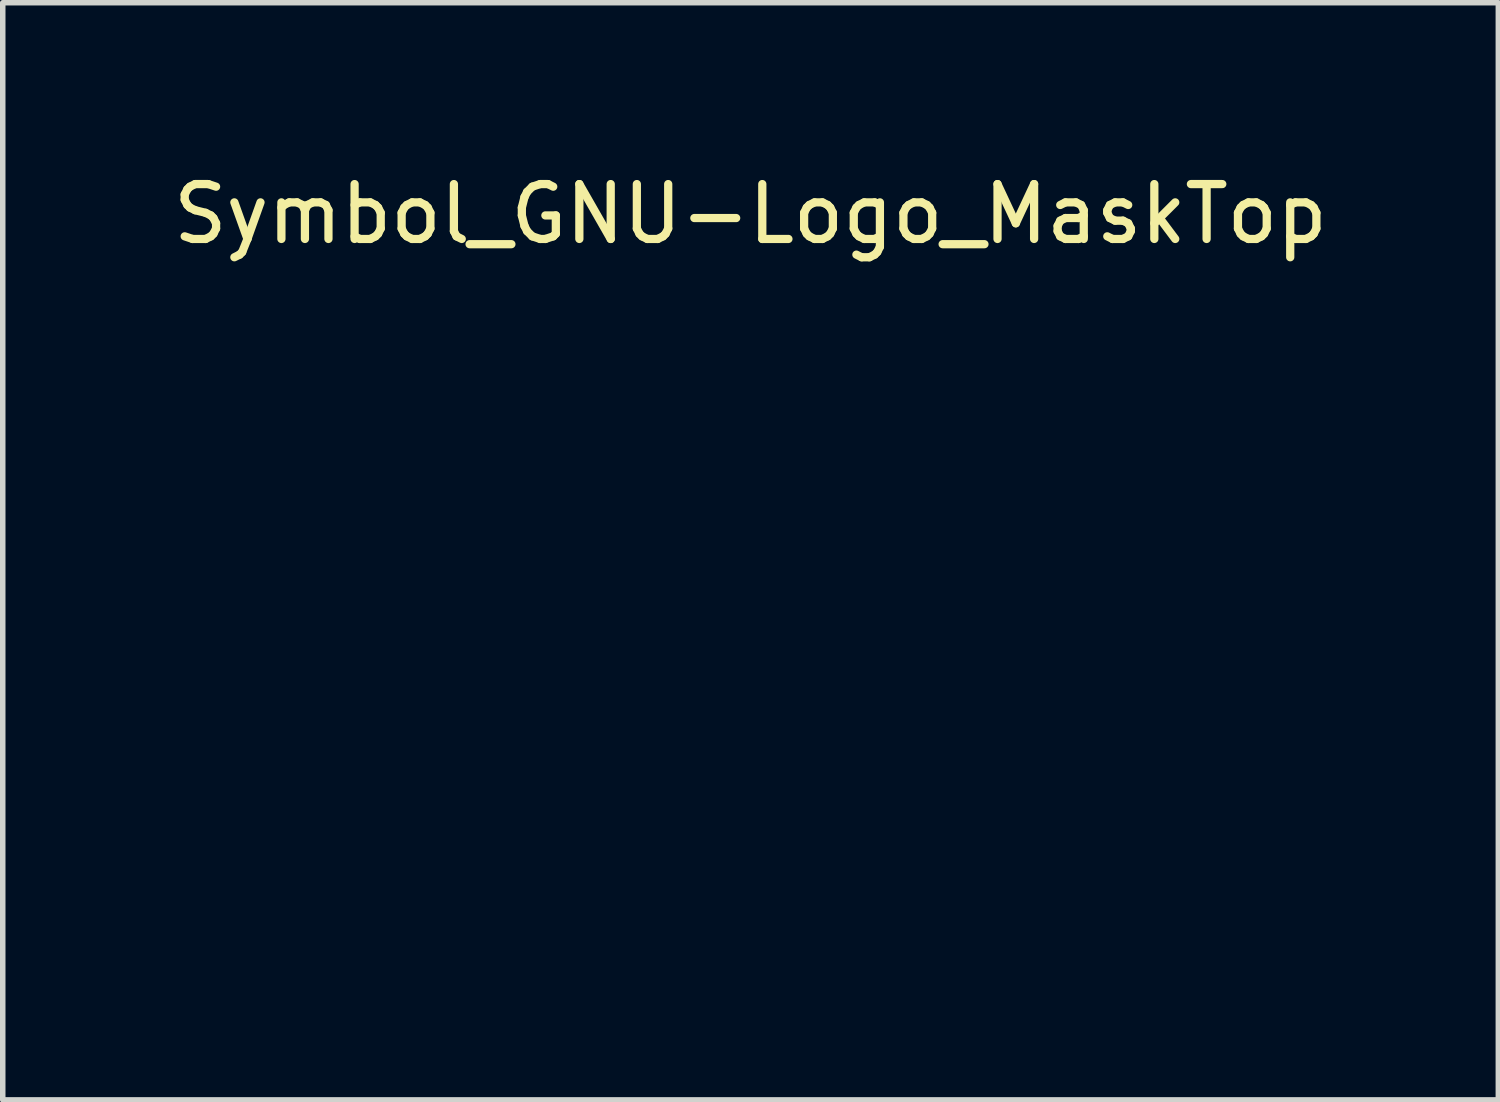
<source format=kicad_pcb>
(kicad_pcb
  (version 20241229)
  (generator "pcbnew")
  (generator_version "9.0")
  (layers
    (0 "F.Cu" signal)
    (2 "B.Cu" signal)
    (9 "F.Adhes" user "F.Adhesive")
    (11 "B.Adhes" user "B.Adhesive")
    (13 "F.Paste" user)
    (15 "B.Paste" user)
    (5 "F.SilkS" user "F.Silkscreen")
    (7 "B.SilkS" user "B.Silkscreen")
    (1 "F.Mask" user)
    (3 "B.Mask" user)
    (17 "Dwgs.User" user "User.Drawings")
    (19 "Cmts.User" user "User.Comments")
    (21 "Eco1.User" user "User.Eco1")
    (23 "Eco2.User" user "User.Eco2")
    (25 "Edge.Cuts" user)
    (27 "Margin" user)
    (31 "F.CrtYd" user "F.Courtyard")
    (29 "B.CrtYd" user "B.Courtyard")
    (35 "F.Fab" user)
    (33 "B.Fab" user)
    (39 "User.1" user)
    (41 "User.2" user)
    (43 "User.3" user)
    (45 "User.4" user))
  (footprint "Symbol_GNU-Logo_MaskTop"
    (layer "F.Cu")
    (at 10.625 6.899)
    (property "Reference" "Symbol_GNU-Logo_MaskTop" (at 0 -6.05 0) (layer "F.SilkS") (effects (font (size 1 1) (thickness 0.15))))
    (attr through_hole)
    (fp_line (start -6.401 5.85) (end -6.401 6.299) (stroke (width 0.381) (type solid)) (layer "F.Mask"))
    (fp_line (start -6.401 6.299) (end -6.251 6.701) (stroke (width 0.381) (type solid)) (layer "F.Mask"))
    (fp_line (start -6.251 6.701) (end -5.951 6.85) (stroke (width 0.381) (type solid)) (layer "F.Mask"))
    (fp_line (start -6.2 5.451) (end -6.401 5.85) (stroke (width 0.381) (type solid)) (layer "F.Mask"))
    (fp_line (start -5.951 6.85) (end -5.55 6.85) (stroke (width 0.381) (type solid)) (layer "F.Mask"))
    (fp_line (start -5.751 5.301) (end -6.2 5.451) (stroke (width 0.381) (type solid)) (layer "F.Mask"))
    (fp_line (start -5.55 5.4) (end -5.751 5.301) (stroke (width 0.381) (type solid)) (layer "F.Mask"))
    (fp_line (start -5.55 6.85) (end -5.499 6.299) (stroke (width 0.381) (type solid)) (layer "F.Mask"))
    (fp_line (start -5.499 6.299) (end -5.751 6.2) (stroke (width 0.381) (type solid)) (layer "F.Mask"))
    (fp_line (start -4.801 5.349) (end -3.95 6.85) (stroke (width 0.381) (type solid)) (layer "F.Mask"))
    (fp_line (start -4.801 6.901) (end -4.801 5.349) (stroke (width 0.381) (type solid)) (layer "F.Mask"))
    (fp_line (start -4.75 -1.651) (end -4.45 -0.749) (stroke (width 0.381) (type solid)) (layer "F.Mask"))
    (fp_line (start -4.699 -1.801) (end -3.401 -2.149) (stroke (width 0.381) (type solid)) (layer "F.Mask"))
    (fp_line (start -4.651 -2.349) (end -4.75 -1.651) (stroke (width 0.381) (type solid)) (layer "F.Mask"))
    (fp_line (start -4.6 -1.349) (end -4.699 -1.801) (stroke (width 0.381) (type solid)) (layer "F.Mask"))
    (fp_line (start -4.549 -2.4) (end -3.299 -2.799) (stroke (width 0.381) (type solid)) (layer "F.Mask"))
    (fp_line (start -4.45 -0.749) (end -3.899 -0.249) (stroke (width 0.381) (type solid)) (layer "F.Mask"))
    (fp_line (start -4.249 -0.701) (end -3.551 -1.999) (stroke (width 0.381) (type solid)) (layer "F.Mask"))
    (fp_line (start -4.201 -3.15) (end -4.651 -2.349) (stroke (width 0.381) (type solid)) (layer "F.Mask"))
    (fp_line (start -3.95 6.85) (end -3.95 5.349) (stroke (width 0.381) (type solid)) (layer "F.Mask"))
    (fp_line (start -3.899 -0.249) (end -3.251 0) (stroke (width 0.381) (type solid)) (layer "F.Mask"))
    (fp_line (start -3.8 -3.299) (end -2.751 -3.051) (stroke (width 0.381) (type solid)) (layer "F.Mask"))
    (fp_line (start -3.749 -0.351) (end -3.299 -1.501) (stroke (width 0.381) (type solid)) (layer "F.Mask"))
    (fp_line (start -3.599 -3.551) (end -4.201 -3.15) (stroke (width 0.381) (type solid)) (layer "F.Mask"))
    (fp_line (start -3.551 -1.999) (end -4.6 -1.349) (stroke (width 0.381) (type solid)) (layer "F.Mask"))
    (fp_line (start -3.5 1.1) (end -2.101 0.551) (stroke (width 0.381) (type solid)) (layer "F.Mask"))
    (fp_line (start -3.449 -1.951) (end -3.35 -2.601) (stroke (width 0.381) (type solid)) (layer "F.Mask"))
    (fp_line (start -3.401 -2.149) (end -4.549 -2.4) (stroke (width 0.381) (type solid)) (layer "F.Mask"))
    (fp_line (start -3.35 -2.601) (end -3.051 -2.85) (stroke (width 0.381) (type solid)) (layer "F.Mask"))
    (fp_line (start -3.299 -2.799) (end -3.8 -3.299) (stroke (width 0.381) (type solid)) (layer "F.Mask"))
    (fp_line (start -3.299 -1.501) (end -4.249 -0.701) (stroke (width 0.381) (type solid)) (layer "F.Mask"))
    (fp_line (start -3.251 -3.701) (end -3.599 -3.551) (stroke (width 0.381) (type solid)) (layer "F.Mask"))
    (fp_line (start -3.251 -1.45) (end -3.449 -1.951) (stroke (width 0.381) (type solid)) (layer "F.Mask"))
    (fp_line (start -3.251 0) (end -2.499 -1.199) (stroke (width 0.381) (type solid)) (layer "F.Mask"))
    (fp_line (start -3.251 5.349) (end -3.251 6.5) (stroke (width 0.381) (type solid)) (layer "F.Mask"))
    (fp_line (start -3.251 6.5) (end -3.099 6.749) (stroke (width 0.381) (type solid)) (layer "F.Mask"))
    (fp_line (start -3.099 6.749) (end -2.751 6.901) (stroke (width 0.381) (type solid)) (layer "F.Mask"))
    (fp_line (start -3.051 -2.85) (end -2.601 -3) (stroke (width 0.381) (type solid)) (layer "F.Mask"))
    (fp_line (start -3 -0.249) (end -3 0.351) (stroke (width 0.381) (type solid)) (layer "F.Mask"))
    (fp_line (start -3 0.351) (end -3.5 1.1) (stroke (width 0.381) (type solid)) (layer "F.Mask"))
    (fp_line (start -2.85 -3.749) (end -3.251 -3.701) (stroke (width 0.381) (type solid)) (layer "F.Mask"))
    (fp_line (start -2.799 -3.701) (end -1.699 -3.2) (stroke (width 0.381) (type solid)) (layer "F.Mask"))
    (fp_line (start -2.799 -1.3) (end -3.251 -1.45) (stroke (width 0.381) (type solid)) (layer "F.Mask"))
    (fp_line (start -2.751 -3.051) (end -2.799 -3.701) (stroke (width 0.381) (type solid)) (layer "F.Mask"))
    (fp_line (start -2.751 -1.151) (end -3.749 -0.351) (stroke (width 0.381) (type solid)) (layer "F.Mask"))
    (fp_line (start -2.751 1.349) (end -2.751 0.851) (stroke (width 0.381) (type solid)) (layer "F.Mask"))
    (fp_line (start -2.751 1.849) (end -2.751 1.349) (stroke (width 0.381) (type solid)) (layer "F.Mask"))
    (fp_line (start -2.751 6.901) (end -2.451 6.749) (stroke (width 0.381) (type solid)) (layer "F.Mask"))
    (fp_line (start -2.7 2.25) (end -2.751 1.849) (stroke (width 0.381) (type solid)) (layer "F.Mask"))
    (fp_line (start -2.649 2.649) (end -2.7 2.25) (stroke (width 0.381) (type solid)) (layer "F.Mask"))
    (fp_line (start -2.601 -3) (end -1.951 -3.15) (stroke (width 0.381) (type solid)) (layer "F.Mask"))
    (fp_line (start -2.55 3.051) (end -2.649 2.649) (stroke (width 0.381) (type solid)) (layer "F.Mask"))
    (fp_line (start -2.499 -1.199) (end -1.801 -1.849) (stroke (width 0.381) (type solid)) (layer "F.Mask"))
    (fp_line (start -2.499 3.35) (end -2.55 3.051) (stroke (width 0.381) (type solid)) (layer "F.Mask"))
    (fp_line (start -2.451 -1.699) (end -2.799 -1.3) (stroke (width 0.381) (type solid)) (layer "F.Mask"))
    (fp_line (start -2.451 6.749) (end -2.349 6.449) (stroke (width 0.381) (type solid)) (layer "F.Mask"))
    (fp_line (start -2.349 6.449) (end -2.349 5.349) (stroke (width 0.381) (type solid)) (layer "F.Mask"))
    (fp_line (start -2.25 3.599) (end -2.499 3.35) (stroke (width 0.381) (type solid)) (layer "F.Mask"))
    (fp_line (start -2.2 0.851) (end -1.9 1.3) (stroke (width 0.381) (type solid)) (layer "F.Mask"))
    (fp_line (start -2.101 0.551) (end -1.6 0.201) (stroke (width 0.381) (type solid)) (layer "F.Mask"))
    (fp_line (start -2.101 3.8) (end -2.25 3.599) (stroke (width 0.381) (type solid)) (layer "F.Mask"))
    (fp_line (start -2.05 -1.549) (end -1.549 -1.849) (stroke (width 0.381) (type solid)) (layer "F.Mask"))
    (fp_line (start -1.999 -2.149) (end -2.451 -1.699) (stroke (width 0.381) (type solid)) (layer "F.Mask"))
    (fp_line (start -1.999 1.75) (end -1.549 2.05) (stroke (width 0.381) (type solid)) (layer "F.Mask"))
    (fp_line (start -1.951 -3.15) (end -1.6 -3.099) (stroke (width 0.381) (type solid)) (layer "F.Mask"))
    (fp_line (start -1.9 -3.599) (end -2.85 -3.749) (stroke (width 0.381) (type solid)) (layer "F.Mask"))
    (fp_line (start -1.9 1.3) (end -1.999 1.75) (stroke (width 0.381) (type solid)) (layer "F.Mask"))
    (fp_line (start -1.849 4) (end -2.101 3.8) (stroke (width 0.381) (type solid)) (layer "F.Mask"))
    (fp_line (start -1.801 -1.849) (end -1.199 -2.301) (stroke (width 0.381) (type solid)) (layer "F.Mask"))
    (fp_line (start -1.75 2.7) (end -1.199 3.099) (stroke (width 0.381) (type solid)) (layer "F.Mask"))
    (fp_line (start -1.75 4) (end -1.549 3.95) (stroke (width 0.381) (type solid)) (layer "F.Mask"))
    (fp_line (start -1.6 -3.099) (end -1.049 -3.35) (stroke (width 0.381) (type solid)) (layer "F.Mask"))
    (fp_line (start -1.6 0.201) (end -1.45 -0.749) (stroke (width 0.381) (type solid)) (layer "F.Mask"))
    (fp_line (start -1.549 -1.849) (end -0.8 -2.2) (stroke (width 0.381) (type solid)) (layer "F.Mask"))
    (fp_line (start -1.549 2.05) (end -1.75 2.7) (stroke (width 0.381) (type solid)) (layer "F.Mask"))
    (fp_line (start -1.4 -2.55) (end -1.999 -2.149) (stroke (width 0.381) (type solid)) (layer "F.Mask"))
    (fp_line (start -1.4 3.8) (end -0.851 4.249) (stroke (width 0.381) (type solid)) (layer "F.Mask"))
    (fp_line (start -1.25 -3.551) (end -1.9 -3.599) (stroke (width 0.381) (type solid)) (layer "F.Mask"))
    (fp_line (start -1.199 -2.301) (end -0.65 -2.349) (stroke (width 0.381) (type solid)) (layer "F.Mask"))
    (fp_line (start -1.199 3.099) (end -1.4 3.8) (stroke (width 0.381) (type solid)) (layer "F.Mask"))
    (fp_line (start -1.049 -3.35) (end -0.851 -3.701) (stroke (width 0.381) (type solid)) (layer "F.Mask"))
    (fp_line (start -1.001 -0.45) (end -0.8 -0.201) (stroke (width 0.381) (type solid)) (layer "F.Mask"))
    (fp_line (start -1.001 5.151) (end -0.65 5.499) (stroke (width 0.381) (type solid)) (layer "F.Mask"))
    (fp_line (start -0.899 -2.601) (end -1.4 -2.55) (stroke (width 0.381) (type solid)) (layer "F.Mask"))
    (fp_line (start -0.899 4.351) (end -0.701 4.75) (stroke (width 0.381) (type solid)) (layer "F.Mask"))
    (fp_line (start -0.851 -3.701) (end -1.25 -3.551) (stroke (width 0.381) (type solid)) (layer "F.Mask"))
    (fp_line (start -0.851 1.1) (end -1.151 1.049) (stroke (width 0.381) (type solid)) (layer "F.Mask"))
    (fp_line (start -0.8 -2.2) (end -0.45 -2.2) (stroke (width 0.381) (type solid)) (layer "F.Mask"))
    (fp_line (start -0.8 -0.201) (end -0.399 -0.201) (stroke (width 0.381) (type solid)) (layer "F.Mask"))
    (fp_line (start -0.749 -0.701) (end -1.001 -0.45) (stroke (width 0.381) (type solid)) (layer "F.Mask"))
    (fp_line (start -0.701 1.349) (end -0.851 1.1) (stroke (width 0.381) (type solid)) (layer "F.Mask"))
    (fp_line (start -0.701 4.75) (end -0.599 5.05) (stroke (width 0.381) (type solid)) (layer "F.Mask"))
    (fp_line (start -0.701 5.799) (end -0.65 5.951) (stroke (width 0.381) (type solid)) (layer "F.Mask"))
    (fp_line (start -0.65 -2.349) (end -0.201 -2.149) (stroke (width 0.381) (type solid)) (layer "F.Mask"))
    (fp_line (start -0.65 5.499) (end -0.701 5.799) (stroke (width 0.381) (type solid)) (layer "F.Mask"))
    (fp_line (start -0.599 5.05) (end -1.001 5.151) (stroke (width 0.381) (type solid)) (layer "F.Mask"))
    (fp_line (start -0.599 5.999) (end -0.65 6.101) (stroke (width 0.381) (type solid)) (layer "F.Mask"))
    (fp_line (start -0.551 1.849) (end -0.701 1.349) (stroke (width 0.381) (type solid)) (layer "F.Mask"))
    (fp_line (start -0.399 -2.499) (end -0.899 -2.601) (stroke (width 0.381) (type solid)) (layer "F.Mask"))
    (fp_line (start -0.399 -0.201) (end 0 -0.399) (stroke (width 0.381) (type solid)) (layer "F.Mask"))
    (fp_line (start -0.351 2.2) (end -0.551 1.849) (stroke (width 0.381) (type solid)) (layer "F.Mask"))
    (fp_line (start -0.3 -0.599) (end -0.749 -0.701) (stroke (width 0.381) (type solid)) (layer "F.Mask"))
    (fp_line (start -0.3 4.1) (end -0.201 4.3) (stroke (width 0.381) (type solid)) (layer "F.Mask"))
    (fp_line (start -0.201 -2.149) (end 0.201 -2.05) (stroke (width 0.381) (type solid)) (layer "F.Mask"))
    (fp_line (start -0.201 2.4) (end -0.351 2.2) (stroke (width 0.381) (type solid)) (layer "F.Mask"))
    (fp_line (start -0.201 4.3) (end 0.051 4.501) (stroke (width 0.381) (type solid)) (layer "F.Mask"))
    (fp_line (start -0.15 3.701) (end -0.3 4.1) (stroke (width 0.381) (type solid)) (layer "F.Mask"))
    (fp_line (start -0.099 -2.349) (end -0.399 -2.499) (stroke (width 0.381) (type solid)) (layer "F.Mask"))
    (fp_line (start -0.099 0.399) (end -0.3 0.45) (stroke (width 0.381) (type solid)) (layer "F.Mask"))
    (fp_line (start 0 -1.549) (end 0.399 -1.699) (stroke (width 0.381) (type solid)) (layer "F.Mask"))
    (fp_line (start 0 -0.749) (end -0.851 -1.3) (stroke (width 0.381) (type solid)) (layer "F.Mask"))
    (fp_line (start 0.051 -0.45) (end -0.3 -0.599) (stroke (width 0.381) (type solid)) (layer "F.Mask"))
    (fp_line (start 0.051 0.95) (end 0.099 1.349) (stroke (width 0.381) (type solid)) (layer "F.Mask"))
    (fp_line (start 0.051 4.501) (end 0.201 4.699) (stroke (width 0.381) (type solid)) (layer "F.Mask"))
    (fp_line (start 0.099 -2.301) (end -0.099 -2.349) (stroke (width 0.381) (type solid)) (layer "F.Mask"))
    (fp_line (start 0.099 0.3) (end -0.099 0.399) (stroke (width 0.381) (type solid)) (layer "F.Mask"))
    (fp_line (start 0.099 1.349) (end 0.351 1.501) (stroke (width 0.381) (type solid)) (layer "F.Mask"))
    (fp_line (start 0.099 5.199) (end 0.15 5.751) (stroke (width 0.381) (type solid)) (layer "F.Mask"))
    (fp_line (start 0.15 5.001) (end 0.099 5.199) (stroke (width 0.381) (type solid)) (layer "F.Mask"))
    (fp_line (start 0.15 5.751) (end 0.351 5.951) (stroke (width 0.381) (type solid)) (layer "F.Mask"))
    (fp_line (start 0.201 -2.05) (end 0.65 -2.2) (stroke (width 0.381) (type solid)) (layer "F.Mask"))
    (fp_line (start 0.201 4.699) (end 0.15 5.001) (stroke (width 0.381) (type solid)) (layer "F.Mask"))
    (fp_line (start 0.249 0.3) (end 0.099 0.3) (stroke (width 0.381) (type solid)) (layer "F.Mask"))
    (fp_line (start 0.249 2.55) (end -0.201 2.4) (stroke (width 0.381) (type solid)) (layer "F.Mask"))
    (fp_line (start 0.249 3.749) (end 0.551 4.049) (stroke (width 0.381) (type solid)) (layer "F.Mask"))
    (fp_line (start 0.351 1.501) (end 0.65 1.501) (stroke (width 0.381) (type solid)) (layer "F.Mask"))
    (fp_line (start 0.399 -1.699) (end 0.65 -2.05) (stroke (width 0.381) (type solid)) (layer "F.Mask"))
    (fp_line (start 0.45 0.8) (end 0.051 0.95) (stroke (width 0.381) (type solid)) (layer "F.Mask"))
    (fp_line (start 0.45 3.299) (end 0.249 3.749) (stroke (width 0.381) (type solid)) (layer "F.Mask"))
    (fp_line (start 0.551 0.3) (end 0.249 0.3) (stroke (width 0.381) (type solid)) (layer "F.Mask"))
    (fp_line (start 0.551 4.049) (end 0.95 4.249) (stroke (width 0.381) (type solid)) (layer "F.Mask"))
    (fp_line (start 0.599 -2.55) (end 0.099 -2.301) (stroke (width 0.381) (type solid)) (layer "F.Mask"))
    (fp_line (start 0.599 2.649) (end 1.001 2.901) (stroke (width 0.381) (type solid)) (layer "F.Mask"))
    (fp_line (start 0.65 -2.2) (end 1.1 -2.101) (stroke (width 0.381) (type solid)) (layer "F.Mask"))
    (fp_line (start 0.65 -0.551) (end 0.701 -0.099) (stroke (width 0.381) (type solid)) (layer "F.Mask"))
    (fp_line (start 0.65 1.501) (end 0.749 1.4) (stroke (width 0.381) (type solid)) (layer "F.Mask"))
    (fp_line (start 0.701 -0.099) (end 0.851 0.3) (stroke (width 0.381) (type solid)) (layer "F.Mask"))
    (fp_line (start 0.749 -1.999) (end 1.4 -1.801) (stroke (width 0.381) (type solid)) (layer "F.Mask"))
    (fp_line (start 0.749 1.4) (end 0.899 1.151) (stroke (width 0.381) (type solid)) (layer "F.Mask"))
    (fp_line (start 0.749 2.601) (end 0.249 2.55) (stroke (width 0.381) (type solid)) (layer "F.Mask"))
    (fp_line (start 0.749 5.1) (end 0.899 5.349) (stroke (width 0.381) (type solid)) (layer "F.Mask"))
    (fp_line (start 0.851 -2.301) (end 1.1 -2.25) (stroke (width 0.381) (type solid)) (layer "F.Mask"))
    (fp_line (start 0.851 0.3) (end 0.95 0.45) (stroke (width 0.381) (type solid)) (layer "F.Mask"))
    (fp_line (start 0.851 0.45) (end 0.551 0.3) (stroke (width 0.381) (type solid)) (layer "F.Mask"))
    (fp_line (start 0.899 1.151) (end 0.45 0.8) (stroke (width 0.381) (type solid)) (layer "F.Mask"))
    (fp_line (start 0.899 4.699) (end 0.749 5.1) (stroke (width 0.381) (type solid)) (layer "F.Mask"))
    (fp_line (start 0.95 3.35) (end 1.001 3.551) (stroke (width 0.381) (type solid)) (layer "F.Mask"))
    (fp_line (start 0.95 4.249) (end 0.899 4.699) (stroke (width 0.381) (type solid)) (layer "F.Mask"))
    (fp_line (start 1.001 -2.55) (end 0.599 -2.55) (stroke (width 0.381) (type solid)) (layer "F.Mask"))
    (fp_line (start 1.001 0.5) (end 1.1 0.65) (stroke (width 0.381) (type solid)) (layer "F.Mask"))
    (fp_line (start 1.001 2.901) (end 1.25 2.901) (stroke (width 0.381) (type solid)) (layer "F.Mask"))
    (fp_line (start 1.001 3.2) (end 0.95 3.35) (stroke (width 0.381) (type solid)) (layer "F.Mask"))
    (fp_line (start 1.001 3.551) (end 1.199 3.749) (stroke (width 0.381) (type solid)) (layer "F.Mask"))
    (fp_line (start 1.1 -3.5) (end 1.549 -2.901) (stroke (width 0.381) (type solid)) (layer "F.Mask"))
    (fp_line (start 1.1 -2.101) (end 1.699 -1.801) (stroke (width 0.381) (type solid)) (layer "F.Mask"))
    (fp_line (start 1.1 0.65) (end 1.25 0.8) (stroke (width 0.381) (type solid)) (layer "F.Mask"))
    (fp_line (start 1.151 -3.599) (end 1.75 -3.35) (stroke (width 0.381) (type solid)) (layer "F.Mask"))
    (fp_line (start 1.199 -0.599) (end 1.349 -0.95) (stroke (width 0.381) (type solid)) (layer "F.Mask"))
    (fp_line (start 1.199 2.649) (end 0.749 2.601) (stroke (width 0.381) (type solid)) (layer "F.Mask"))
    (fp_line (start 1.199 3.749) (end 1.45 3.95) (stroke (width 0.381) (type solid)) (layer "F.Mask"))
    (fp_line (start 1.25 0.8) (end 1.4 0.8) (stroke (width 0.381) (type solid)) (layer "F.Mask"))
    (fp_line (start 1.25 1.951) (end 1.4 2.301) (stroke (width 0.381) (type solid)) (layer "F.Mask"))
    (fp_line (start 1.25 2.949) (end 1.501 3.051) (stroke (width 0.381) (type solid)) (layer "F.Mask"))
    (fp_line (start 1.3 -2.4) (end 1.001 -2.55) (stroke (width 0.381) (type solid)) (layer "F.Mask"))
    (fp_line (start 1.3 4.9) (end 1.349 4.9) (stroke (width 0.381) (type solid)) (layer "F.Mask"))
    (fp_line (start 1.349 -0.95) (end 1.75 -0.851) (stroke (width 0.381) (type solid)) (layer "F.Mask"))
    (fp_line (start 1.4 -1.801) (end 1.801 -1.6) (stroke (width 0.381) (type solid)) (layer "F.Mask"))
    (fp_line (start 1.4 0.8) (end 1.6 0.701) (stroke (width 0.381) (type solid)) (layer "F.Mask"))
    (fp_line (start 1.4 2.301) (end 1.75 2.499) (stroke (width 0.381) (type solid)) (layer "F.Mask"))
    (fp_line (start 1.45 3.95) (end 1.549 4.3) (stroke (width 0.381) (type solid)) (layer "F.Mask"))
    (fp_line (start 1.45 4.6) (end 1.3 4.9) (stroke (width 0.381) (type solid)) (layer "F.Mask"))
    (fp_line (start 1.501 3.051) (end 1.75 3.051) (stroke (width 0.381) (type solid)) (layer "F.Mask"))
    (fp_line (start 1.549 -2.901) (end 1.9 -2.799) (stroke (width 0.381) (type solid)) (layer "F.Mask"))
    (fp_line (start 1.549 -2.2) (end 1.3 -2.4) (stroke (width 0.381) (type solid)) (layer "F.Mask"))
    (fp_line (start 1.549 3.099) (end 1.001 3.2) (stroke (width 0.381) (type solid)) (layer "F.Mask"))
    (fp_line (start 1.549 4.3) (end 1.45 4.6) (stroke (width 0.381) (type solid)) (layer "F.Mask"))
    (fp_line (start 1.6 0.701) (end 1.801 0.701) (stroke (width 0.381) (type solid)) (layer "F.Mask"))
    (fp_line (start 1.651 1.849) (end 1.25 1.951) (stroke (width 0.381) (type solid)) (layer "F.Mask"))
    (fp_line (start 1.699 -1.801) (end 1.9 -1.549) (stroke (width 0.381) (type solid)) (layer "F.Mask"))
    (fp_line (start 1.75 -3.35) (end 2.2 -3.449) (stroke (width 0.381) (type solid)) (layer "F.Mask"))
    (fp_line (start 1.75 -0.851) (end 1.849 -0.65) (stroke (width 0.381) (type solid)) (layer "F.Mask"))
    (fp_line (start 1.75 -0.399) (end 1.3 -0.5) (stroke (width 0.381) (type solid)) (layer "F.Mask"))
    (fp_line (start 1.75 0) (end 1.699 0.65) (stroke (width 0.381) (type solid)) (layer "F.Mask"))
    (fp_line (start 1.75 0.701) (end 2.149 0.701) (stroke (width 0.381) (type solid)) (layer "F.Mask"))
    (fp_line (start 1.75 1.25) (end 1.651 1.4) (stroke (width 0.381) (type solid)) (layer "F.Mask"))
    (fp_line (start 1.75 3.051) (end 1.549 3.099) (stroke (width 0.381) (type solid)) (layer "F.Mask"))
    (fp_line (start 1.801 -1.6) (end 3.099 -0.749) (stroke (width 0.381) (type solid)) (layer "F.Mask"))
    (fp_line (start 1.801 1.849) (end 1.651 1.849) (stroke (width 0.381) (type solid)) (layer "F.Mask"))
    (fp_line (start 1.801 2.55) (end 1.199 2.649) (stroke (width 0.381) (type solid)) (layer "F.Mask"))
    (fp_line (start 1.849 -0.65) (end 1.75 -0.399) (stroke (width 0.381) (type solid)) (layer "F.Mask"))
    (fp_line (start 1.9 -2.799) (end 2.349 -2.799) (stroke (width 0.381) (type solid)) (layer "F.Mask"))
    (fp_line (start 1.9 -1.549) (end 2.601 -0.45) (stroke (width 0.381) (type solid)) (layer "F.Mask"))
    (fp_line (start 1.999 -1.9) (end 1.549 -2.2) (stroke (width 0.381) (type solid)) (layer "F.Mask"))
    (fp_line (start 2.05 6.2) (end 2.2 6.65) (stroke (width 0.381) (type solid)) (layer "F.Mask"))
    (fp_line (start 2.101 5.7) (end 2.05 6.2) (stroke (width 0.381) (type solid)) (layer "F.Mask"))
    (fp_line (start 2.149 0.701) (end 2.301 0.851) (stroke (width 0.381) (type solid)) (layer "F.Mask"))
    (fp_line (start 2.2 -3.449) (end 2.7 -3.701) (stroke (width 0.381) (type solid)) (layer "F.Mask"))
    (fp_line (start 2.2 6.65) (end 2.55 6.8) (stroke (width 0.381) (type solid)) (layer "F.Mask"))
    (fp_line (start 2.301 -2.949) (end 2.799 -3.65) (stroke (width 0.381) (type solid)) (layer "F.Mask"))
    (fp_line (start 2.301 0.3) (end 1.849 -0.099) (stroke (width 0.381) (type solid)) (layer "F.Mask"))
    (fp_line (start 2.301 0.851) (end 1.801 1.849) (stroke (width 0.381) (type solid)) (layer "F.Mask"))
    (fp_line (start 2.349 -2.799) (end 2.7 -2.751) (stroke (width 0.381) (type solid)) (layer "F.Mask"))
    (fp_line (start 2.349 -1.75) (end 1.999 -1.9) (stroke (width 0.381) (type solid)) (layer "F.Mask"))
    (fp_line (start 2.4 5.349) (end 2.101 5.7) (stroke (width 0.381) (type solid)) (layer "F.Mask"))
    (fp_line (start 2.55 6.8) (end 3 6.701) (stroke (width 0.381) (type solid)) (layer "F.Mask"))
    (fp_line (start 2.601 -0.45) (end 2.901 0.201) (stroke (width 0.381) (type solid)) (layer "F.Mask"))
    (fp_line (start 2.649 -1.801) (end 2.349 -1.75) (stroke (width 0.381) (type solid)) (layer "F.Mask"))
    (fp_line (start 2.7 -3.701) (end 3.15 -3.749) (stroke (width 0.381) (type solid)) (layer "F.Mask"))
    (fp_line (start 2.7 -2.751) (end 2.901 -2.349) (stroke (width 0.381) (type solid)) (layer "F.Mask"))
    (fp_line (start 2.7 5.301) (end 2.4 5.349) (stroke (width 0.381) (type solid)) (layer "F.Mask"))
    (fp_line (start 2.799 -3.65) (end 1.651 -2.949) (stroke (width 0.381) (type solid)) (layer "F.Mask"))
    (fp_line (start 2.85 -1.849) (end 3.599 -1.151) (stroke (width 0.381) (type solid)) (layer "F.Mask"))
    (fp_line (start 2.901 -2.7) (end 4.049 -3.15) (stroke (width 0.381) (type solid)) (layer "F.Mask"))
    (fp_line (start 2.901 -2.349) (end 2.949 -2.05) (stroke (width 0.381) (type solid)) (layer "F.Mask"))
    (fp_line (start 2.901 0.201) (end 2.301 0.3) (stroke (width 0.381) (type solid)) (layer "F.Mask"))
    (fp_line (start 2.949 -2.05) (end 2.649 -1.801) (stroke (width 0.381) (type solid)) (layer "F.Mask"))
    (fp_line (start 2.949 5.4) (end 2.7 5.301) (stroke (width 0.381) (type solid)) (layer "F.Mask"))
    (fp_line (start 3 6.2) (end 2.7 6.2) (stroke (width 0.381) (type solid)) (layer "F.Mask"))
    (fp_line (start 3 6.701) (end 3 6.2) (stroke (width 0.381) (type solid)) (layer "F.Mask"))
    (fp_line (start 3.099 -0.749) (end 2.85 -1.849) (stroke (width 0.381) (type solid)) (layer "F.Mask"))
    (fp_line (start 3.15 -3.749) (end 3.599 -3.5) (stroke (width 0.381) (type solid)) (layer "F.Mask"))
    (fp_line (start 3.15 -2.25) (end 4.15 -1.999) (stroke (width 0.381) (type solid)) (layer "F.Mask"))
    (fp_line (start 3.449 -0.851) (end 2.901 -0.45) (stroke (width 0.381) (type solid)) (layer "F.Mask"))
    (fp_line (start 3.599 -3.5) (end 4.049 -3.2) (stroke (width 0.381) (type solid)) (layer "F.Mask"))
    (fp_line (start 3.599 -1.151) (end 3.15 -2.25) (stroke (width 0.381) (type solid)) (layer "F.Mask"))
    (fp_line (start 3.65 5.349) (end 4.201 5.301) (stroke (width 0.381) (type solid)) (layer "F.Mask"))
    (fp_line (start 3.65 6.8) (end 3.65 5.349) (stroke (width 0.381) (type solid)) (layer "F.Mask"))
    (fp_line (start 3.899 -1.25) (end 3.449 -0.851) (stroke (width 0.381) (type solid)) (layer "F.Mask"))
    (fp_line (start 4.049 -3.2) (end 4.249 -2.649) (stroke (width 0.381) (type solid)) (layer "F.Mask"))
    (fp_line (start 4.049 -3.15) (end 2.301 -2.949) (stroke (width 0.381) (type solid)) (layer "F.Mask"))
    (fp_line (start 4.15 -1.999) (end 2.901 -2.7) (stroke (width 0.381) (type solid)) (layer "F.Mask"))
    (fp_line (start 4.15 -1.801) (end 3.899 -1.25) (stroke (width 0.381) (type solid)) (layer "F.Mask"))
    (fp_line (start 4.201 5.301) (end 4.45 5.499) (stroke (width 0.381) (type solid)) (layer "F.Mask"))
    (fp_line (start 4.249 -2.649) (end 4.249 -2.2) (stroke (width 0.381) (type solid)) (layer "F.Mask"))
    (fp_line (start 4.249 -2.2) (end 4.15 -1.801) (stroke (width 0.381) (type solid)) (layer "F.Mask"))
    (fp_line (start 4.249 6.05) (end 3.749 5.999) (stroke (width 0.381) (type solid)) (layer "F.Mask"))
    (fp_line (start 4.45 5.499) (end 4.549 5.9) (stroke (width 0.381) (type solid)) (layer "F.Mask"))
    (fp_line (start 4.549 5.9) (end 4.249 6.05) (stroke (width 0.381) (type solid)) (layer "F.Mask"))
    (fp_line (start 5.199 5.25) (end 5.199 6.85) (stroke (width 0.381) (type solid)) (layer "F.Mask"))
    (fp_line (start 5.199 6.85) (end 5.9 6.85) (stroke (width 0.381) (type solid)) (layer "F.Mask")))
  (gr_rect
    (start -3 -3)
    (end 24.25 16.99)
    (stroke (width 0.1) (type default))
    (fill no)
    (layer "Edge.Cuts")))
</source>
